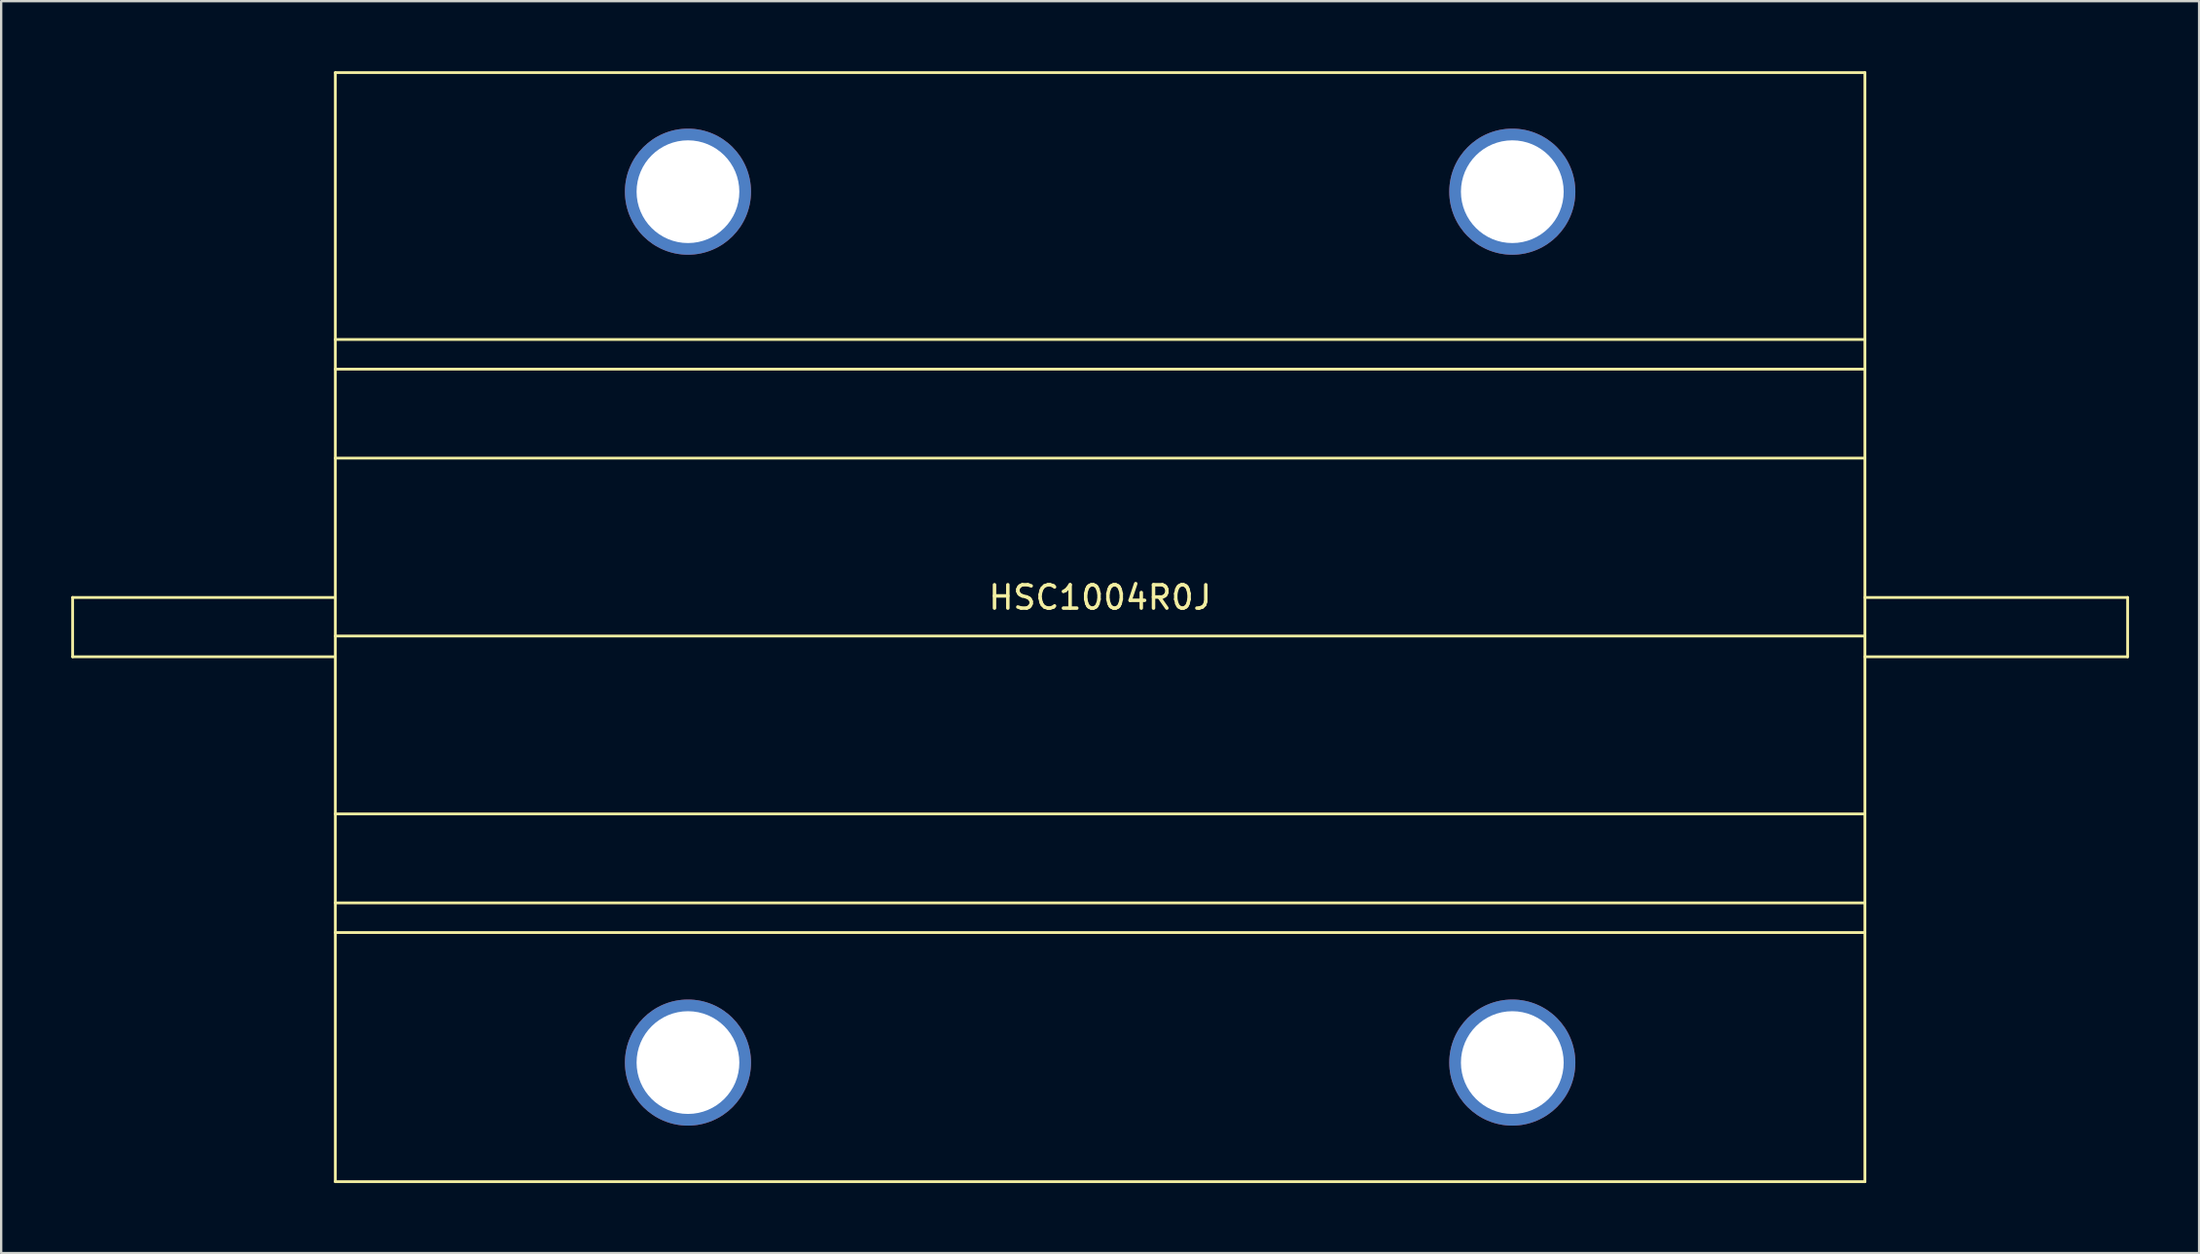
<source format=kicad_pcb>
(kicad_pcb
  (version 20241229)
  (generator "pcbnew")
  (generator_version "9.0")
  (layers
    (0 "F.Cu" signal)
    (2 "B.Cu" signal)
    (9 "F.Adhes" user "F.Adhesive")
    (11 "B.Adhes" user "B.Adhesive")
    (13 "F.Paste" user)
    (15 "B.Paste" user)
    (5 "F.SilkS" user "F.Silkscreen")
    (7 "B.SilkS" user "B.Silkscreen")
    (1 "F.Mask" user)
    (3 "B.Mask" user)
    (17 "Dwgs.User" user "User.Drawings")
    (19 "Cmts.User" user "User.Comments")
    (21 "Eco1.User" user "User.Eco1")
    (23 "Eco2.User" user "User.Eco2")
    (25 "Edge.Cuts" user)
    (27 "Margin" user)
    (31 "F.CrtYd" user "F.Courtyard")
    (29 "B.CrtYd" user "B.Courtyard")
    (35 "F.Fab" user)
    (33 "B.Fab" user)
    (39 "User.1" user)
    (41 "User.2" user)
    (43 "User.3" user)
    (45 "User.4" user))
  (footprint "HSC1004R0J"
    (layer "F.Cu")
    (at 44.06 23.81)
    (property "Reference" "HSC1004R0J" (at 0 -1.27 0) (layer "F.SilkS") (effects (font (size 1 1) (thickness 0.15))))
    (attr through_hole)
    (fp_line (start -44 -1.27) (end -44 1.27) (stroke (width 0.12) (type solid)) (layer "F.SilkS"))
    (fp_line (start -44 1.27) (end -32.75 1.27) (stroke (width 0.12) (type solid)) (layer "F.SilkS"))
    (fp_line (start -32.75 -23.75) (end 32.75 -23.75) (stroke (width 0.12) (type solid)) (layer "F.SilkS"))
    (fp_line (start -32.75 -12.32) (end 32.75 -12.32) (stroke (width 0.12) (type solid)) (layer "F.SilkS"))
    (fp_line (start -32.75 -11.05) (end 32.75 -11.05) (stroke (width 0.12) (type solid)) (layer "F.SilkS"))
    (fp_line (start -32.75 -7.24) (end 32.75 -7.24) (stroke (width 0.12) (type solid)) (layer "F.SilkS"))
    (fp_line (start -32.75 -1.27) (end -44 -1.27) (stroke (width 0.12) (type solid)) (layer "F.SilkS"))
    (fp_line (start -32.75 0.38) (end 32.75 0.38) (stroke (width 0.12) (type solid)) (layer "F.SilkS"))
    (fp_line (start -32.75 8) (end 32.75 8) (stroke (width 0.12) (type solid)) (layer "F.SilkS"))
    (fp_line (start -32.75 11.81) (end 32.75 11.81) (stroke (width 0.12) (type solid)) (layer "F.SilkS"))
    (fp_line (start -32.75 13.08) (end 32.75 13.08) (stroke (width 0.12) (type solid)) (layer "F.SilkS"))
    (fp_line (start -32.75 23.75) (end -32.75 -23.75) (stroke (width 0.12) (type solid)) (layer "F.SilkS"))
    (fp_line (start 32.75 -23.75) (end 32.75 23.75) (stroke (width 0.12) (type solid)) (layer "F.SilkS"))
    (fp_line (start 32.75 -1.27) (end 44 -1.27) (stroke (width 0.12) (type solid)) (layer "F.SilkS"))
    (fp_line (start 32.75 23.75) (end -32.75 23.75) (stroke (width 0.12) (type solid)) (layer "F.SilkS"))
    (fp_line (start 44 -1.27) (end 44 1.27) (stroke (width 0.12) (type solid)) (layer "F.SilkS"))
    (fp_line (start 44 1.27) (end 32.75 1.27) (stroke (width 0.12) (type solid)) (layer "F.SilkS"))
    (pad "1" thru_hole circle (at -17.65 18.65) (size 5.4 5.4) (drill 4.4) (layers "*.Cu" "*.Mask"))
    (pad "1" thru_hole circle (at 17.65 18.65) (size 5.4 5.4) (drill 4.4) (layers "*.Cu" "*.Mask"))
    (pad "2" thru_hole circle (at -17.65 -18.65) (size 5.4 5.4) (drill 4.4) (layers "*.Cu" "*.Mask"))
    (pad "2" thru_hole circle (at 17.65 -18.65) (size 5.4 5.4) (drill 4.4) (layers "*.Cu" "*.Mask")))
  (gr_rect
    (start -3 -3)
    (end 91.12 50.62)
    (stroke (width 0.1) (type default))
    (fill no)
    (layer "Edge.Cuts")))
</source>
